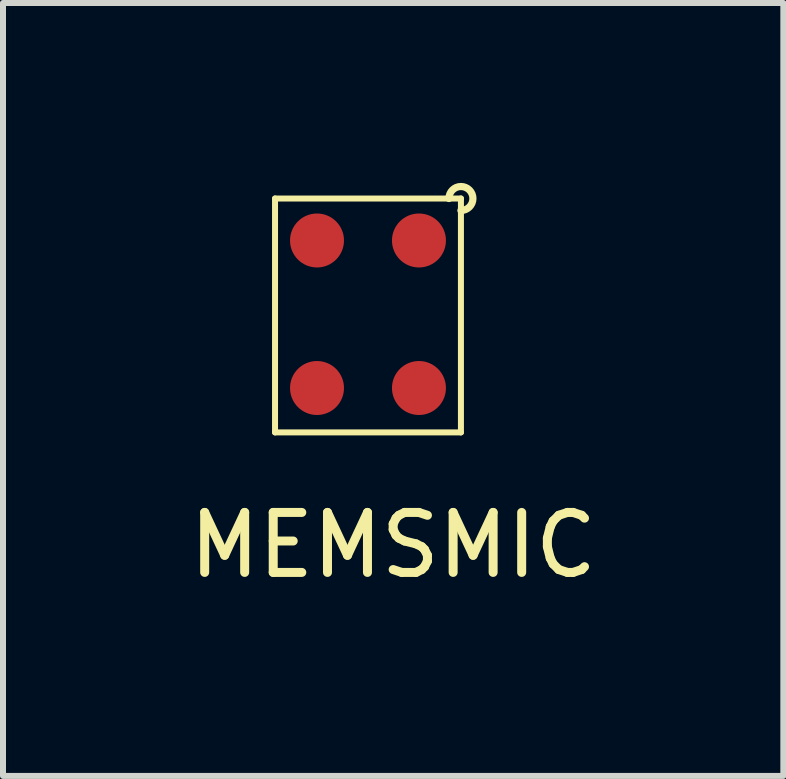
<source format=kicad_pcb>
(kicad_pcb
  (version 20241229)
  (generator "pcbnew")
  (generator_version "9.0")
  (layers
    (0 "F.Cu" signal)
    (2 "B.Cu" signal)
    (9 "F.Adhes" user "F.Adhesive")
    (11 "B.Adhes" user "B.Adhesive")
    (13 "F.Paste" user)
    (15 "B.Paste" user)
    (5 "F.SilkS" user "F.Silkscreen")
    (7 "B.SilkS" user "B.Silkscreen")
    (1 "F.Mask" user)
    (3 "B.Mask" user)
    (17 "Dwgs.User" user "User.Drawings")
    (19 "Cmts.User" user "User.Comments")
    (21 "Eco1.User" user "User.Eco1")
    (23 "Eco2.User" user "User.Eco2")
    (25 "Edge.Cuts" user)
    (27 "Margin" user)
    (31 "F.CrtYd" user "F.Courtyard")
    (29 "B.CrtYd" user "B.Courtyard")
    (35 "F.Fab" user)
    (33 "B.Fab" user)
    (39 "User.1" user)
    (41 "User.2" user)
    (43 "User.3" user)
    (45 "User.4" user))
  (footprint "MEMSMIC"
    (layer "F.Cu")
    (at 2.236 0.96)
    (property "Reference" "MEMSMIC" (at 1.27 5.08 0) (layer "F.SilkS") (effects (font (size 1 1) (thickness 0.15))))
    (attr through_hole)
    (fp_line (start -0.7 -0.7) (end -0.7 3.2) (stroke (width 0.1) (type solid)) (layer "F.SilkS"))
    (fp_line (start -0.7 3.2) (end 2.4 3.2) (stroke (width 0.1) (type solid)) (layer "F.SilkS"))
    (fp_line (start 2.4 -0.7) (end -0.7 -0.7) (stroke (width 0.1) (type solid)) (layer "F.SilkS"))
    (fp_line (start 2.4 3.2) (end 2.4 -0.7) (stroke (width 0.1) (type solid)) (layer "F.SilkS"))
    (fp_arc (start 2.2 -0.7) (mid 2.541421 -0.841421) (end 2.4 -0.5) (stroke (width 0.12) (type solid)) (layer "F.SilkS"))
    (pad "1" smd circle (at 1.7 0) (size 0.9 0.9) (layers "F.Cu" "F.Mask" "F.Paste"))
    (pad "2" smd circle (at 1.7 2.46) (size 0.9 0.9) (layers "F.Cu" "F.Mask" "F.Paste"))
    (pad "3" smd circle (at 0 2.46) (size 0.9 0.9) (layers "F.Cu" "F.Mask" "F.Paste"))
    (pad "4" smd circle (at 0 0) (size 0.9 0.9) (layers "F.Cu" "F.Mask" "F.Paste")))
  (gr_rect
    (start -3 -3)
    (end 10.012 9.888)
    (stroke (width 0.1) (type default))
    (fill no)
    (layer "Edge.Cuts")))
</source>
